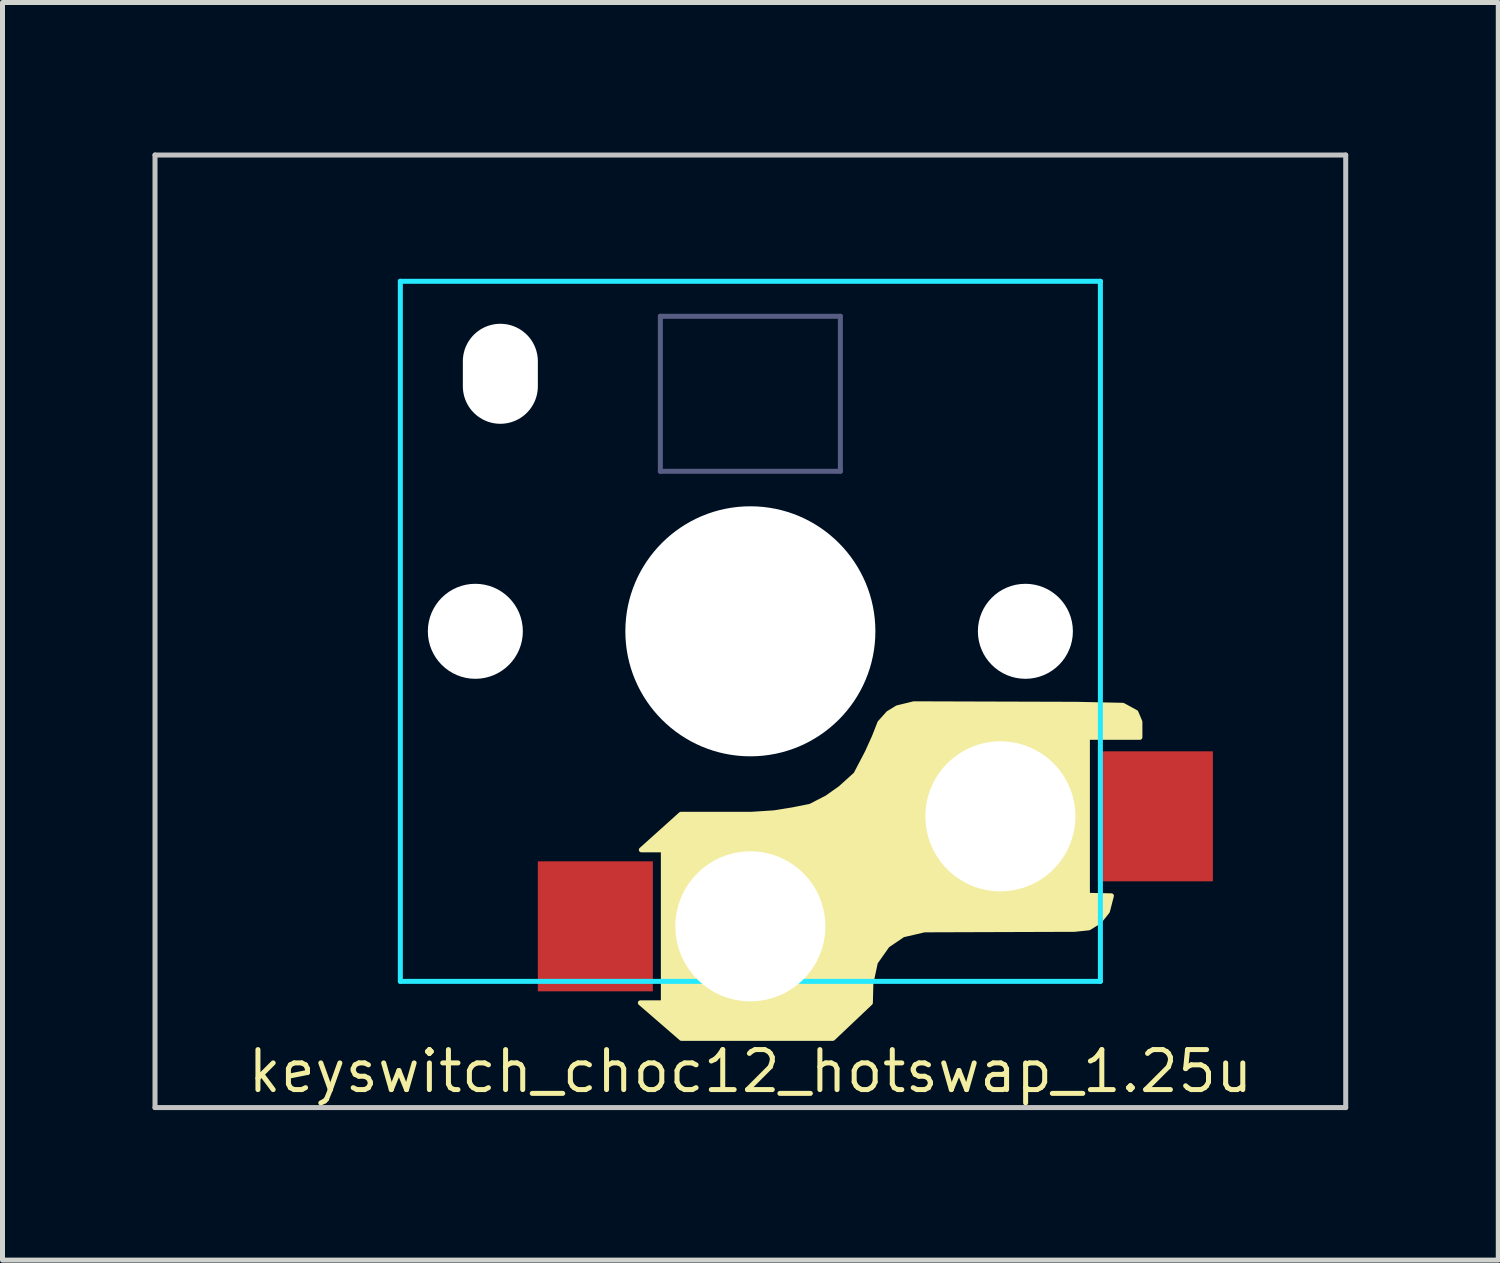
<source format=kicad_pcb>
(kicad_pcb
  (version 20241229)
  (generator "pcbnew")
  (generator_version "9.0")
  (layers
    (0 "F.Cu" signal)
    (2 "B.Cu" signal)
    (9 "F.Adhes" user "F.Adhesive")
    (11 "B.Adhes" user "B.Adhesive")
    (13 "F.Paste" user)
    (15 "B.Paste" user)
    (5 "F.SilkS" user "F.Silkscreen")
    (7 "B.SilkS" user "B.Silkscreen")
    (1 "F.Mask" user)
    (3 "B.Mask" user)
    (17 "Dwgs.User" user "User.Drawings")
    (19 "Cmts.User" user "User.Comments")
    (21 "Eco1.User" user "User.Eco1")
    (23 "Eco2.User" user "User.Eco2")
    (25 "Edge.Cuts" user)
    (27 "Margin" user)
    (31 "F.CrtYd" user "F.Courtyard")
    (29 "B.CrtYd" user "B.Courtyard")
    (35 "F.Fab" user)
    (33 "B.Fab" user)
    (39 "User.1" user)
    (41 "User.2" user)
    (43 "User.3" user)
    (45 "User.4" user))
  (footprint "keyswitch_choc12_hotswap_1.25u"
    (layer "F.Cu")
    (at 11.956 9.575)
    (property "Reference" "keyswitch_choc12_hotswap_1.25u" (at 0 8.8 0) (layer "F.SilkS") (effects (font (size 0.8 0.8) (thickness 0.1) (bold yes))))
    (attr smd)
    (fp_poly (pts (xy 1.8 3.14) (xy 2.11 2.86) (xy 2.34 2.42) (xy 2.48 2.11) (xy 2.59 1.83) (xy 2.76 1.64) (xy 2.94 1.53) (xy 3.27 1.45) (xy 6.52 1.46) (xy 7.45 1.48) (xy 7.71 1.622) (xy 7.79 1.81) (xy 7.79 2.12) (xy 6.74 2.12) (xy 6.74 5.28) (xy 7.22 5.29) (xy 7.14 5.6) (xy 6.98 5.8) (xy 6.77 5.93) (xy 6.48 5.96) (xy 3.48 5.97) (xy 3.05 6.07) (xy 2.74 6.28) (xy 2.5 6.62) (xy 2.41 7.04) (xy 2.4 7.43) (xy 1.65 8.14) (xy -1.38 8.14) (xy -2.2 7.43) (xy -1.74 7.43) (xy -1.74 4.37) (xy -2.18 4.37) (xy -1.39 3.66) (xy 0.02 3.66) (xy 0.48 3.63) (xy 0.85 3.57) (xy 1.2 3.5) (xy 1.53 3.33)) (stroke (width 0.1) (type solid)) (fill yes) (layer "F.SilkS"))
    (fp_line (start -11.906 -9.525) (end -11.906 9.525) (stroke (width 0.1) (type solid)) (layer "Dwgs.User"))
    (fp_line (start -11.906 9.525) (end 11.906 9.525) (stroke (width 0.1) (type solid)) (layer "Dwgs.User"))
    (fp_line (start 11.906 -9.525) (end -11.906 -9.525) (stroke (width 0.1) (type solid)) (layer "Dwgs.User"))
    (fp_line (start 11.906 9.525) (end 11.906 -9.525) (stroke (width 0.1) (type solid)) (layer "Dwgs.User"))
    (fp_line (start -7 -7) (end -7 7) (stroke (width 0.1) (type solid)) (layer "B.CrtYd"))
    (fp_line (start -7 7) (end 7 7) (stroke (width 0.1) (type solid)) (layer "B.CrtYd"))
    (fp_line (start 7 -7) (end -7 -7) (stroke (width 0.1) (type solid)) (layer "B.CrtYd"))
    (fp_line (start 7 7) (end 7 -7) (stroke (width 0.1) (type solid)) (layer "B.CrtYd"))
    (fp_line (start -1.8 -6.3) (end 1.8 -6.3) (stroke (width 0.1) (type default)) (layer "B.Fab"))
    (fp_line (start -1.8 -3.2) (end -1.8 -6.3) (stroke (width 0.1) (type default)) (layer "B.Fab"))
    (fp_line (start -1.8 -3.2) (end 1.8 -3.2) (stroke (width 0.1) (type default)) (layer "B.Fab"))
    (fp_line (start 1.8 -3.2) (end 1.8 -6.3) (stroke (width 0.1) (type default)) (layer "B.Fab"))
    (pad "" np_thru_hole circle (at -5.5 0 270) (size 1.9 1.9) (drill 1.9) (layers "*.Cu" "*.Mask"))
    (pad "" np_thru_hole oval (at -5 -5.15) (size 1.5 2) (drill oval 1.5 2) (layers "*.Cu" "*.Mask"))
    (pad "" np_thru_hole circle (at 0 0 270) (size 5 5) (drill 5) (layers "*.Cu" "*.Mask"))
    (pad "" np_thru_hole circle (at 0 5.9 270) (size 3 3) (drill 3) (layers "*.Cu" "*.Mask"))
    (pad "" np_thru_hole circle (at 5 3.7 270) (size 3 3) (drill 3) (layers "*.Cu" "*.Mask"))
    (pad "" np_thru_hole circle (at 5.5 0 270) (size 1.9 1.9) (drill 1.9) (layers "*.Cu" "*.Mask"))
    (pad "1" smd rect (at 8.1 3.7 180) (size 2.3 2.6) (layers "F.Cu" "F.Mask" "F.Paste"))
    (pad "2" smd rect (at -3.1 5.9 180) (size 2.3 2.6) (layers "F.Cu" "F.Mask" "F.Paste")))
  (gr_rect
    (start -3 -3)
    (end 26.913 22.15)
    (stroke (width 0.1) (type default))
    (fill no)
    (layer "Edge.Cuts")))
</source>
